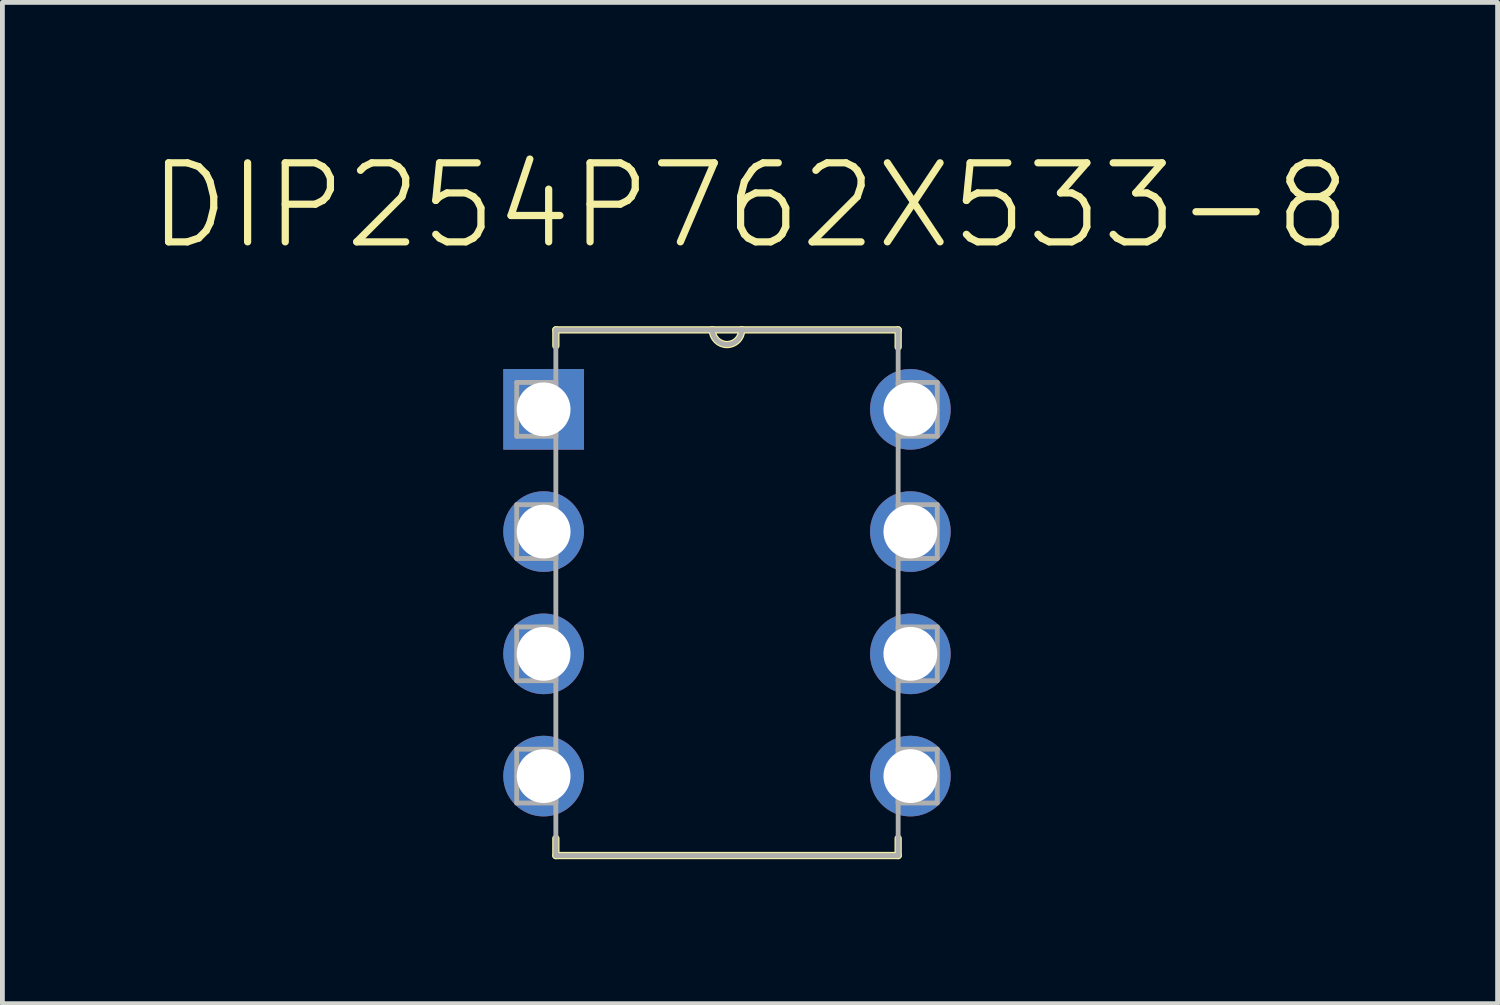
<source format=kicad_pcb>
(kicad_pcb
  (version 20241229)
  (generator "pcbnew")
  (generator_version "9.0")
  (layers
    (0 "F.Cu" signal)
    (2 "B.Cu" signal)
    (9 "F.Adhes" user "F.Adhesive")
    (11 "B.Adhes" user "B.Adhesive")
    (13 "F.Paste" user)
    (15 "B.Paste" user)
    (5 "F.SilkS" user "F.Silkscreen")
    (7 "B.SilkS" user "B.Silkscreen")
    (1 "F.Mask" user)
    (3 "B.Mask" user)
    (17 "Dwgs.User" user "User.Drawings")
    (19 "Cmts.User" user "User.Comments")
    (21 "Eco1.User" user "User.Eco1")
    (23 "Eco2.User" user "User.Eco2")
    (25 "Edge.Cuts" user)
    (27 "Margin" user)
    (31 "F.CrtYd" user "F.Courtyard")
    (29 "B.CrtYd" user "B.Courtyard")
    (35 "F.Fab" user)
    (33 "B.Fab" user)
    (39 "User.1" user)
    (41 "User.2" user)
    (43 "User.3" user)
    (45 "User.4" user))
  (footprint "DIP254P762X533-8"
    (layer "F.Cu")
    (at 15.865 13.075)
    (property "Reference" "DIP254P762X533-8" (at -3.332 -11.852 0) (layer "F.SilkS") (effects (font (size 1.642 1.642) (thickness 0.15))))
    (attr through_hole)
    (fp_line (start -7.366 -9.271) (end -7.366 -8.941) (stroke (width 0.152) (type solid)) (layer "F.SilkS"))
    (fp_line (start -7.366 1.295) (end -7.366 1.651) (stroke (width 0.152) (type solid)) (layer "F.SilkS"))
    (fp_line (start -7.366 1.651) (end -0.254 1.651) (stroke (width 0.152) (type solid)) (layer "F.SilkS"))
    (fp_line (start -4.115 -9.271) (end -7.366 -9.271) (stroke (width 0.152) (type solid)) (layer "F.SilkS"))
    (fp_line (start -3.505 -9.271) (end -4.115 -9.271) (stroke (width 0.152) (type solid)) (layer "F.SilkS"))
    (fp_line (start -0.254 -9.271) (end -3.505 -9.271) (stroke (width 0.152) (type solid)) (layer "F.SilkS"))
    (fp_line (start -0.254 -8.915) (end -0.254 -9.271) (stroke (width 0.152) (type solid)) (layer "F.SilkS"))
    (fp_line (start -0.254 1.651) (end -0.254 1.295) (stroke (width 0.152) (type solid)) (layer "F.SilkS"))
    (fp_arc (start -3.5052 -9.271) (mid -3.81 -8.9662) (end -4.1148 -9.271) (stroke (width 0.1524) (type solid)) (layer "F.SilkS"))
    (fp_line (start -8.179 -8.179) (end -8.179 -7.061) (stroke (width 0.1) (type solid)) (layer "F.Fab"))
    (fp_line (start -8.179 -7.061) (end -7.366 -7.061) (stroke (width 0.1) (type solid)) (layer "F.Fab"))
    (fp_line (start -8.179 -5.639) (end -8.179 -4.521) (stroke (width 0.1) (type solid)) (layer "F.Fab"))
    (fp_line (start -8.179 -4.521) (end -7.366 -4.521) (stroke (width 0.1) (type solid)) (layer "F.Fab"))
    (fp_line (start -8.179 -3.099) (end -8.179 -1.981) (stroke (width 0.1) (type solid)) (layer "F.Fab"))
    (fp_line (start -8.179 -1.981) (end -7.366 -1.981) (stroke (width 0.1) (type solid)) (layer "F.Fab"))
    (fp_line (start -8.179 -0.559) (end -8.179 0.559) (stroke (width 0.1) (type solid)) (layer "F.Fab"))
    (fp_line (start -8.179 0.559) (end -7.366 0.559) (stroke (width 0.1) (type solid)) (layer "F.Fab"))
    (fp_line (start -7.366 -9.271) (end -7.366 1.651) (stroke (width 0.1) (type solid)) (layer "F.Fab"))
    (fp_line (start -7.366 -8.179) (end -8.179 -8.179) (stroke (width 0.1) (type solid)) (layer "F.Fab"))
    (fp_line (start -7.366 -7.061) (end -7.366 -8.179) (stroke (width 0.1) (type solid)) (layer "F.Fab"))
    (fp_line (start -7.366 -5.639) (end -8.179 -5.639) (stroke (width 0.1) (type solid)) (layer "F.Fab"))
    (fp_line (start -7.366 -4.521) (end -7.366 -5.639) (stroke (width 0.1) (type solid)) (layer "F.Fab"))
    (fp_line (start -7.366 -3.099) (end -8.179 -3.099) (stroke (width 0.1) (type solid)) (layer "F.Fab"))
    (fp_line (start -7.366 -1.981) (end -7.366 -3.099) (stroke (width 0.1) (type solid)) (layer "F.Fab"))
    (fp_line (start -7.366 -0.559) (end -8.179 -0.559) (stroke (width 0.1) (type solid)) (layer "F.Fab"))
    (fp_line (start -7.366 0.559) (end -7.366 -0.559) (stroke (width 0.1) (type solid)) (layer "F.Fab"))
    (fp_line (start -7.366 1.651) (end -0.254 1.651) (stroke (width 0.1) (type solid)) (layer "F.Fab"))
    (fp_line (start -4.115 -9.271) (end -7.366 -9.271) (stroke (width 0.1) (type solid)) (layer "F.Fab"))
    (fp_line (start -3.505 -9.271) (end -4.115 -9.271) (stroke (width 0.1) (type solid)) (layer "F.Fab"))
    (fp_line (start -0.254 -9.271) (end -3.505 -9.271) (stroke (width 0.1) (type solid)) (layer "F.Fab"))
    (fp_line (start -0.254 -8.179) (end -0.254 -7.061) (stroke (width 0.1) (type solid)) (layer "F.Fab"))
    (fp_line (start -0.254 -7.061) (end 0.559 -7.061) (stroke (width 0.1) (type solid)) (layer "F.Fab"))
    (fp_line (start -0.254 -5.639) (end -0.254 -4.521) (stroke (width 0.1) (type solid)) (layer "F.Fab"))
    (fp_line (start -0.254 -4.521) (end 0.559 -4.521) (stroke (width 0.1) (type solid)) (layer "F.Fab"))
    (fp_line (start -0.254 -3.099) (end -0.254 -1.981) (stroke (width 0.1) (type solid)) (layer "F.Fab"))
    (fp_line (start -0.254 -1.981) (end 0.559 -1.981) (stroke (width 0.1) (type solid)) (layer "F.Fab"))
    (fp_line (start -0.254 -0.559) (end -0.254 0.559) (stroke (width 0.1) (type solid)) (layer "F.Fab"))
    (fp_line (start -0.254 0.559) (end 0.559 0.559) (stroke (width 0.1) (type solid)) (layer "F.Fab"))
    (fp_line (start -0.254 1.651) (end -0.254 -9.271) (stroke (width 0.1) (type solid)) (layer "F.Fab"))
    (fp_line (start 0.559 -8.179) (end -0.254 -8.179) (stroke (width 0.1) (type solid)) (layer "F.Fab"))
    (fp_line (start 0.559 -7.061) (end 0.559 -8.179) (stroke (width 0.1) (type solid)) (layer "F.Fab"))
    (fp_line (start 0.559 -5.639) (end -0.254 -5.639) (stroke (width 0.1) (type solid)) (layer "F.Fab"))
    (fp_line (start 0.559 -4.521) (end 0.559 -5.639) (stroke (width 0.1) (type solid)) (layer "F.Fab"))
    (fp_line (start 0.559 -3.099) (end -0.254 -3.099) (stroke (width 0.1) (type solid)) (layer "F.Fab"))
    (fp_line (start 0.559 -1.981) (end 0.559 -3.099) (stroke (width 0.1) (type solid)) (layer "F.Fab"))
    (fp_line (start 0.559 -0.559) (end -0.254 -0.559) (stroke (width 0.1) (type solid)) (layer "F.Fab"))
    (fp_line (start 0.559 0.559) (end 0.559 -0.559) (stroke (width 0.1) (type solid)) (layer "F.Fab"))
    (fp_arc (start -3.5052 -9.271) (mid -3.81 -8.9662) (end -4.1148 -9.271) (stroke (width 0.1) (type solid)) (layer "F.Fab"))
    (pad "1" thru_hole rect (at -7.62 -7.62) (size 1.676 1.676) (drill 1.118) (layers "*.Cu" "*.Mask"))
    (pad "2" thru_hole circle (at -7.62 -5.08) (size 1.676 1.676) (drill 1.118) (layers "*.Cu" "*.Mask"))
    (pad "3" thru_hole circle (at -7.62 -2.54) (size 1.676 1.676) (drill 1.118) (layers "*.Cu" "*.Mask"))
    (pad "4" thru_hole circle (at -7.62 0) (size 1.676 1.676) (drill 1.118) (layers "*.Cu" "*.Mask"))
    (pad "5" thru_hole circle (at 0 0) (size 1.676 1.676) (drill 1.118) (layers "*.Cu" "*.Mask"))
    (pad "6" thru_hole circle (at 0 -2.54) (size 1.676 1.676) (drill 1.118) (layers "*.Cu" "*.Mask"))
    (pad "7" thru_hole circle (at 0 -5.08) (size 1.676 1.676) (drill 1.118) (layers "*.Cu" "*.Mask"))
    (pad "8" thru_hole circle (at 0 -7.62) (size 1.676 1.676) (drill 1.118) (layers "*.Cu" "*.Mask")))
  (gr_rect
    (start -3 -3)
    (end 28.066 17.803)
    (stroke (width 0.1) (type default))
    (fill no)
    (layer "Edge.Cuts")))
</source>
